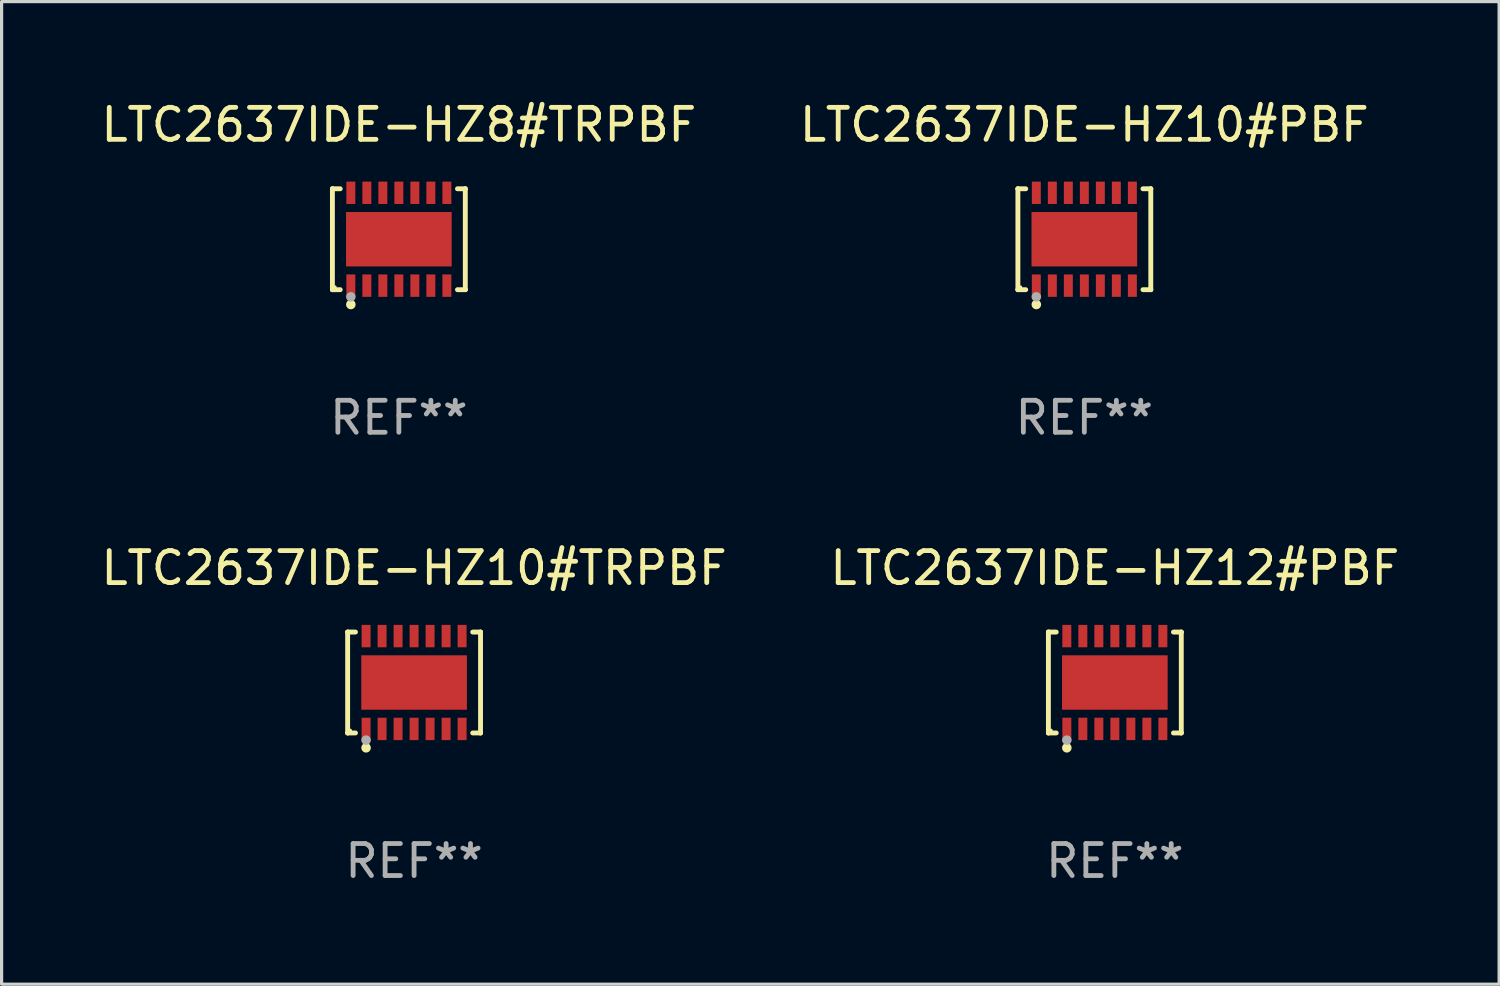
<source format=kicad_pcb>
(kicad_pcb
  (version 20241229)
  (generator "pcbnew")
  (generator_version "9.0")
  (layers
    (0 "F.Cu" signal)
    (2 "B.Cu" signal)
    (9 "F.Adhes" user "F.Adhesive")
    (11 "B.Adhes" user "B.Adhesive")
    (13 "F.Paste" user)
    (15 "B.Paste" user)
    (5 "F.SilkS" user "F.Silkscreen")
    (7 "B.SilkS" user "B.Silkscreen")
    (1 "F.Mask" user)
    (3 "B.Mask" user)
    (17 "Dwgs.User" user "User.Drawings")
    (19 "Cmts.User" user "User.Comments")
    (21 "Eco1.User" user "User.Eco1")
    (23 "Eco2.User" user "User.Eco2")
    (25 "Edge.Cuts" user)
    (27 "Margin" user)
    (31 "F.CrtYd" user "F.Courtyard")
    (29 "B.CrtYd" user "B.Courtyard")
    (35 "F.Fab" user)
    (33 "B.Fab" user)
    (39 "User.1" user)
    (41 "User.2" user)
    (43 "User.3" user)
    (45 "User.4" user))
  (footprint "LTC2637IDE-HZ8#TRPBF"
    (layer "F.Cu")
    (at 9.411 4.424)
    (property "Reference" "LTC2637IDE-HZ8#TRPBF" (at 0 -3.576 0) (layer "F.SilkS") (effects (font (size 1 1) (thickness 0.15))))
    (attr through_hole)
    (fp_line (start -2.076 -1.576) (end -2.076 -1.576) (stroke (width 0.152) (type solid)) (layer "F.SilkS"))
    (fp_line (start -2.076 -1.576) (end -1.831 -1.576) (stroke (width 0.152) (type solid)) (layer "F.SilkS"))
    (fp_line (start -2.076 1.576) (end -2.076 -1.576) (stroke (width 0.152) (type solid)) (layer "F.SilkS"))
    (fp_line (start -2.076 1.576) (end -2.076 1.576) (stroke (width 0.152) (type solid)) (layer "F.SilkS"))
    (fp_line (start -1.831 1.576) (end -2.076 1.576) (stroke (width 0.152) (type solid)) (layer "F.SilkS"))
    (fp_line (start 1.831 1.576) (end 2.076 1.576) (stroke (width 0.152) (type solid)) (layer "F.SilkS"))
    (fp_line (start 2.076 -1.576) (end 1.831 -1.576) (stroke (width 0.152) (type solid)) (layer "F.SilkS"))
    (fp_line (start 2.076 -1.576) (end 2.076 -1.576) (stroke (width 0.152) (type solid)) (layer "F.SilkS"))
    (fp_line (start 2.076 1.576) (end 2.076 -1.576) (stroke (width 0.152) (type solid)) (layer "F.SilkS"))
    (fp_line (start 2.076 1.576) (end 2.076 1.576) (stroke (width 0.152) (type solid)) (layer "F.SilkS"))
    (fp_circle (center -2 1.5) (end -1.97 1.5) (stroke (width 0.06) (type solid)) (fill no) (layer "F.SilkS"))
    (fp_circle (center -1.5 2.04) (end -1.425 2.04) (stroke (width 0.15) (type solid)) (fill no) (layer "F.SilkS"))
    (fp_circle (center -1.5 1.8) (end -1.425 1.8) (stroke (width 0.15) (type solid)) (fill no) (layer "F.Fab"))
    (fp_text user "REF**" (at 0 5.576 0) (layer "F.Fab") (effects (font (size 1 1) (thickness 0.15))))
    (pad "1" smd rect (at -1.5 1.45) (size 0.28 0.7) (layers "F.Cu" "F.Mask" "F.Paste"))
    (pad "2" smd rect (at -1 1.45) (size 0.28 0.7) (layers "F.Cu" "F.Mask" "F.Paste"))
    (pad "3" smd rect (at -0.5 1.45) (size 0.28 0.7) (layers "F.Cu" "F.Mask" "F.Paste"))
    (pad "4" smd rect (at 0 1.45) (size 0.28 0.7) (layers "F.Cu" "F.Mask" "F.Paste"))
    (pad "5" smd rect (at 0.5 1.45) (size 0.28 0.7) (layers "F.Cu" "F.Mask" "F.Paste"))
    (pad "6" smd rect (at 1 1.45) (size 0.28 0.7) (layers "F.Cu" "F.Mask" "F.Paste"))
    (pad "7" smd rect (at 1.5 1.45) (size 0.28 0.7) (layers "F.Cu" "F.Mask" "F.Paste"))
    (pad "8" smd rect (at 1.5 -1.45) (size 0.28 0.7) (layers "F.Cu" "F.Mask" "F.Paste"))
    (pad "9" smd rect (at 1 -1.45) (size 0.28 0.7) (layers "F.Cu" "F.Mask" "F.Paste"))
    (pad "10" smd rect (at 0.5 -1.45) (size 0.28 0.7) (layers "F.Cu" "F.Mask" "F.Paste"))
    (pad "11" smd rect (at 0 -1.45) (size 0.28 0.7) (layers "F.Cu" "F.Mask" "F.Paste"))
    (pad "12" smd rect (at -0.5 -1.45) (size 0.28 0.7) (layers "F.Cu" "F.Mask" "F.Paste"))
    (pad "13" smd rect (at -1 -1.45) (size 0.28 0.7) (layers "F.Cu" "F.Mask" "F.Paste"))
    (pad "14" smd rect (at -1.5 -1.45) (size 0.28 0.7) (layers "F.Cu" "F.Mask" "F.Paste"))
    (pad "15" smd rect (at 0 0) (size 3.3 1.7) (layers "F.Cu" "F.Mask" "F.Paste")))
  (footprint "LTC2637IDE-HZ10#TRPBF"
    (layer "F.Cu")
    (at 9.887 18.273)
    (property "Reference" "LTC2637IDE-HZ10#TRPBF" (at 0 -3.576 0) (layer "F.SilkS") (effects (font (size 1 1) (thickness 0.15))))
    (attr through_hole)
    (fp_line (start -2.076 -1.576) (end -2.076 -1.576) (stroke (width 0.152) (type solid)) (layer "F.SilkS"))
    (fp_line (start -2.076 -1.576) (end -1.831 -1.576) (stroke (width 0.152) (type solid)) (layer "F.SilkS"))
    (fp_line (start -2.076 1.576) (end -2.076 -1.576) (stroke (width 0.152) (type solid)) (layer "F.SilkS"))
    (fp_line (start -2.076 1.576) (end -2.076 1.576) (stroke (width 0.152) (type solid)) (layer "F.SilkS"))
    (fp_line (start -1.831 1.576) (end -2.076 1.576) (stroke (width 0.152) (type solid)) (layer "F.SilkS"))
    (fp_line (start 1.831 1.576) (end 2.076 1.576) (stroke (width 0.152) (type solid)) (layer "F.SilkS"))
    (fp_line (start 2.076 -1.576) (end 1.831 -1.576) (stroke (width 0.152) (type solid)) (layer "F.SilkS"))
    (fp_line (start 2.076 -1.576) (end 2.076 -1.576) (stroke (width 0.152) (type solid)) (layer "F.SilkS"))
    (fp_line (start 2.076 1.576) (end 2.076 -1.576) (stroke (width 0.152) (type solid)) (layer "F.SilkS"))
    (fp_line (start 2.076 1.576) (end 2.076 1.576) (stroke (width 0.152) (type solid)) (layer "F.SilkS"))
    (fp_circle (center -2 1.5) (end -1.97 1.5) (stroke (width 0.06) (type solid)) (fill no) (layer "F.SilkS"))
    (fp_circle (center -1.5 2.04) (end -1.425 2.04) (stroke (width 0.15) (type solid)) (fill no) (layer "F.SilkS"))
    (fp_circle (center -1.5 1.8) (end -1.425 1.8) (stroke (width 0.15) (type solid)) (fill no) (layer "F.Fab"))
    (fp_text user "REF**" (at 0 5.576 0) (layer "F.Fab") (effects (font (size 1 1) (thickness 0.15))))
    (pad "1" smd rect (at -1.5 1.45) (size 0.28 0.7) (layers "F.Cu" "F.Mask" "F.Paste"))
    (pad "2" smd rect (at -1 1.45) (size 0.28 0.7) (layers "F.Cu" "F.Mask" "F.Paste"))
    (pad "3" smd rect (at -0.5 1.45) (size 0.28 0.7) (layers "F.Cu" "F.Mask" "F.Paste"))
    (pad "4" smd rect (at 0 1.45) (size 0.28 0.7) (layers "F.Cu" "F.Mask" "F.Paste"))
    (pad "5" smd rect (at 0.5 1.45) (size 0.28 0.7) (layers "F.Cu" "F.Mask" "F.Paste"))
    (pad "6" smd rect (at 1 1.45) (size 0.28 0.7) (layers "F.Cu" "F.Mask" "F.Paste"))
    (pad "7" smd rect (at 1.5 1.45) (size 0.28 0.7) (layers "F.Cu" "F.Mask" "F.Paste"))
    (pad "8" smd rect (at 1.5 -1.45) (size 0.28 0.7) (layers "F.Cu" "F.Mask" "F.Paste"))
    (pad "9" smd rect (at 1 -1.45) (size 0.28 0.7) (layers "F.Cu" "F.Mask" "F.Paste"))
    (pad "10" smd rect (at 0.5 -1.45) (size 0.28 0.7) (layers "F.Cu" "F.Mask" "F.Paste"))
    (pad "11" smd rect (at 0 -1.45) (size 0.28 0.7) (layers "F.Cu" "F.Mask" "F.Paste"))
    (pad "12" smd rect (at -0.5 -1.45) (size 0.28 0.7) (layers "F.Cu" "F.Mask" "F.Paste"))
    (pad "13" smd rect (at -1 -1.45) (size 0.28 0.7) (layers "F.Cu" "F.Mask" "F.Paste"))
    (pad "14" smd rect (at -1.5 -1.45) (size 0.28 0.7) (layers "F.Cu" "F.Mask" "F.Paste"))
    (pad "15" smd rect (at 0 0) (size 3.3 1.7) (layers "F.Cu" "F.Mask" "F.Paste")))
  (footprint "LTC2637IDE-HZ12#PBF"
    (layer "F.Cu")
    (at 31.78 18.273)
    (property "Reference" "LTC2637IDE-HZ12#PBF" (at 0 -3.576 0) (layer "F.SilkS") (effects (font (size 1 1) (thickness 0.15))))
    (attr through_hole)
    (fp_line (start -2.076 -1.576) (end -2.076 -1.576) (stroke (width 0.152) (type solid)) (layer "F.SilkS"))
    (fp_line (start -2.076 -1.576) (end -1.831 -1.576) (stroke (width 0.152) (type solid)) (layer "F.SilkS"))
    (fp_line (start -2.076 1.576) (end -2.076 -1.576) (stroke (width 0.152) (type solid)) (layer "F.SilkS"))
    (fp_line (start -2.076 1.576) (end -2.076 1.576) (stroke (width 0.152) (type solid)) (layer "F.SilkS"))
    (fp_line (start -1.831 1.576) (end -2.076 1.576) (stroke (width 0.152) (type solid)) (layer "F.SilkS"))
    (fp_line (start 1.831 1.576) (end 2.076 1.576) (stroke (width 0.152) (type solid)) (layer "F.SilkS"))
    (fp_line (start 2.076 -1.576) (end 1.831 -1.576) (stroke (width 0.152) (type solid)) (layer "F.SilkS"))
    (fp_line (start 2.076 -1.576) (end 2.076 -1.576) (stroke (width 0.152) (type solid)) (layer "F.SilkS"))
    (fp_line (start 2.076 1.576) (end 2.076 -1.576) (stroke (width 0.152) (type solid)) (layer "F.SilkS"))
    (fp_line (start 2.076 1.576) (end 2.076 1.576) (stroke (width 0.152) (type solid)) (layer "F.SilkS"))
    (fp_circle (center -2 1.5) (end -1.97 1.5) (stroke (width 0.06) (type solid)) (fill no) (layer "F.SilkS"))
    (fp_circle (center -1.5 2.04) (end -1.425 2.04) (stroke (width 0.15) (type solid)) (fill no) (layer "F.SilkS"))
    (fp_circle (center -1.5 1.8) (end -1.425 1.8) (stroke (width 0.15) (type solid)) (fill no) (layer "F.Fab"))
    (fp_text user "REF**" (at 0 5.576 0) (layer "F.Fab") (effects (font (size 1 1) (thickness 0.15))))
    (pad "1" smd rect (at -1.5 1.45) (size 0.28 0.7) (layers "F.Cu" "F.Mask" "F.Paste"))
    (pad "2" smd rect (at -1 1.45) (size 0.28 0.7) (layers "F.Cu" "F.Mask" "F.Paste"))
    (pad "3" smd rect (at -0.5 1.45) (size 0.28 0.7) (layers "F.Cu" "F.Mask" "F.Paste"))
    (pad "4" smd rect (at 0 1.45) (size 0.28 0.7) (layers "F.Cu" "F.Mask" "F.Paste"))
    (pad "5" smd rect (at 0.5 1.45) (size 0.28 0.7) (layers "F.Cu" "F.Mask" "F.Paste"))
    (pad "6" smd rect (at 1 1.45) (size 0.28 0.7) (layers "F.Cu" "F.Mask" "F.Paste"))
    (pad "7" smd rect (at 1.5 1.45) (size 0.28 0.7) (layers "F.Cu" "F.Mask" "F.Paste"))
    (pad "8" smd rect (at 1.5 -1.45) (size 0.28 0.7) (layers "F.Cu" "F.Mask" "F.Paste"))
    (pad "9" smd rect (at 1 -1.45) (size 0.28 0.7) (layers "F.Cu" "F.Mask" "F.Paste"))
    (pad "10" smd rect (at 0.5 -1.45) (size 0.28 0.7) (layers "F.Cu" "F.Mask" "F.Paste"))
    (pad "11" smd rect (at 0 -1.45) (size 0.28 0.7) (layers "F.Cu" "F.Mask" "F.Paste"))
    (pad "12" smd rect (at -0.5 -1.45) (size 0.28 0.7) (layers "F.Cu" "F.Mask" "F.Paste"))
    (pad "13" smd rect (at -1 -1.45) (size 0.28 0.7) (layers "F.Cu" "F.Mask" "F.Paste"))
    (pad "14" smd rect (at -1.5 -1.45) (size 0.28 0.7) (layers "F.Cu" "F.Mask" "F.Paste"))
    (pad "15" smd rect (at 0 0) (size 3.3 1.7) (layers "F.Cu" "F.Mask" "F.Paste")))
  (footprint "LTC2637IDE-HZ10#PBF"
    (layer "F.Cu")
    (at 30.827 4.424)
    (property "Reference" "LTC2637IDE-HZ10#PBF" (at 0 -3.576 0) (layer "F.SilkS") (effects (font (size 1 1) (thickness 0.15))))
    (attr through_hole)
    (fp_line (start -2.076 -1.576) (end -2.076 -1.576) (stroke (width 0.152) (type solid)) (layer "F.SilkS"))
    (fp_line (start -2.076 -1.576) (end -1.831 -1.576) (stroke (width 0.152) (type solid)) (layer "F.SilkS"))
    (fp_line (start -2.076 1.576) (end -2.076 -1.576) (stroke (width 0.152) (type solid)) (layer "F.SilkS"))
    (fp_line (start -2.076 1.576) (end -2.076 1.576) (stroke (width 0.152) (type solid)) (layer "F.SilkS"))
    (fp_line (start -1.831 1.576) (end -2.076 1.576) (stroke (width 0.152) (type solid)) (layer "F.SilkS"))
    (fp_line (start 1.831 1.576) (end 2.076 1.576) (stroke (width 0.152) (type solid)) (layer "F.SilkS"))
    (fp_line (start 2.076 -1.576) (end 1.831 -1.576) (stroke (width 0.152) (type solid)) (layer "F.SilkS"))
    (fp_line (start 2.076 -1.576) (end 2.076 -1.576) (stroke (width 0.152) (type solid)) (layer "F.SilkS"))
    (fp_line (start 2.076 1.576) (end 2.076 -1.576) (stroke (width 0.152) (type solid)) (layer "F.SilkS"))
    (fp_line (start 2.076 1.576) (end 2.076 1.576) (stroke (width 0.152) (type solid)) (layer "F.SilkS"))
    (fp_circle (center -2 1.5) (end -1.97 1.5) (stroke (width 0.06) (type solid)) (fill no) (layer "F.SilkS"))
    (fp_circle (center -1.5 2.04) (end -1.425 2.04) (stroke (width 0.15) (type solid)) (fill no) (layer "F.SilkS"))
    (fp_circle (center -1.5 1.8) (end -1.425 1.8) (stroke (width 0.15) (type solid)) (fill no) (layer "F.Fab"))
    (fp_text user "REF**" (at 0 5.576 0) (layer "F.Fab") (effects (font (size 1 1) (thickness 0.15))))
    (pad "1" smd rect (at -1.5 1.45) (size 0.28 0.7) (layers "F.Cu" "F.Mask" "F.Paste"))
    (pad "2" smd rect (at -1 1.45) (size 0.28 0.7) (layers "F.Cu" "F.Mask" "F.Paste"))
    (pad "3" smd rect (at -0.5 1.45) (size 0.28 0.7) (layers "F.Cu" "F.Mask" "F.Paste"))
    (pad "4" smd rect (at 0 1.45) (size 0.28 0.7) (layers "F.Cu" "F.Mask" "F.Paste"))
    (pad "5" smd rect (at 0.5 1.45) (size 0.28 0.7) (layers "F.Cu" "F.Mask" "F.Paste"))
    (pad "6" smd rect (at 1 1.45) (size 0.28 0.7) (layers "F.Cu" "F.Mask" "F.Paste"))
    (pad "7" smd rect (at 1.5 1.45) (size 0.28 0.7) (layers "F.Cu" "F.Mask" "F.Paste"))
    (pad "8" smd rect (at 1.5 -1.45) (size 0.28 0.7) (layers "F.Cu" "F.Mask" "F.Paste"))
    (pad "9" smd rect (at 1 -1.45) (size 0.28 0.7) (layers "F.Cu" "F.Mask" "F.Paste"))
    (pad "10" smd rect (at 0.5 -1.45) (size 0.28 0.7) (layers "F.Cu" "F.Mask" "F.Paste"))
    (pad "11" smd rect (at 0 -1.45) (size 0.28 0.7) (layers "F.Cu" "F.Mask" "F.Paste"))
    (pad "12" smd rect (at -0.5 -1.45) (size 0.28 0.7) (layers "F.Cu" "F.Mask" "F.Paste"))
    (pad "13" smd rect (at -1 -1.45) (size 0.28 0.7) (layers "F.Cu" "F.Mask" "F.Paste"))
    (pad "14" smd rect (at -1.5 -1.45) (size 0.28 0.7) (layers "F.Cu" "F.Mask" "F.Paste"))
    (pad "15" smd rect (at 0 0) (size 3.3 1.7) (layers "F.Cu" "F.Mask" "F.Paste")))
  (gr_rect
    (start -3 -3)
    (end 43.786 27.698)
    (stroke (width 0.1) (type default))
    (fill no)
    (layer "Edge.Cuts")))
</source>
